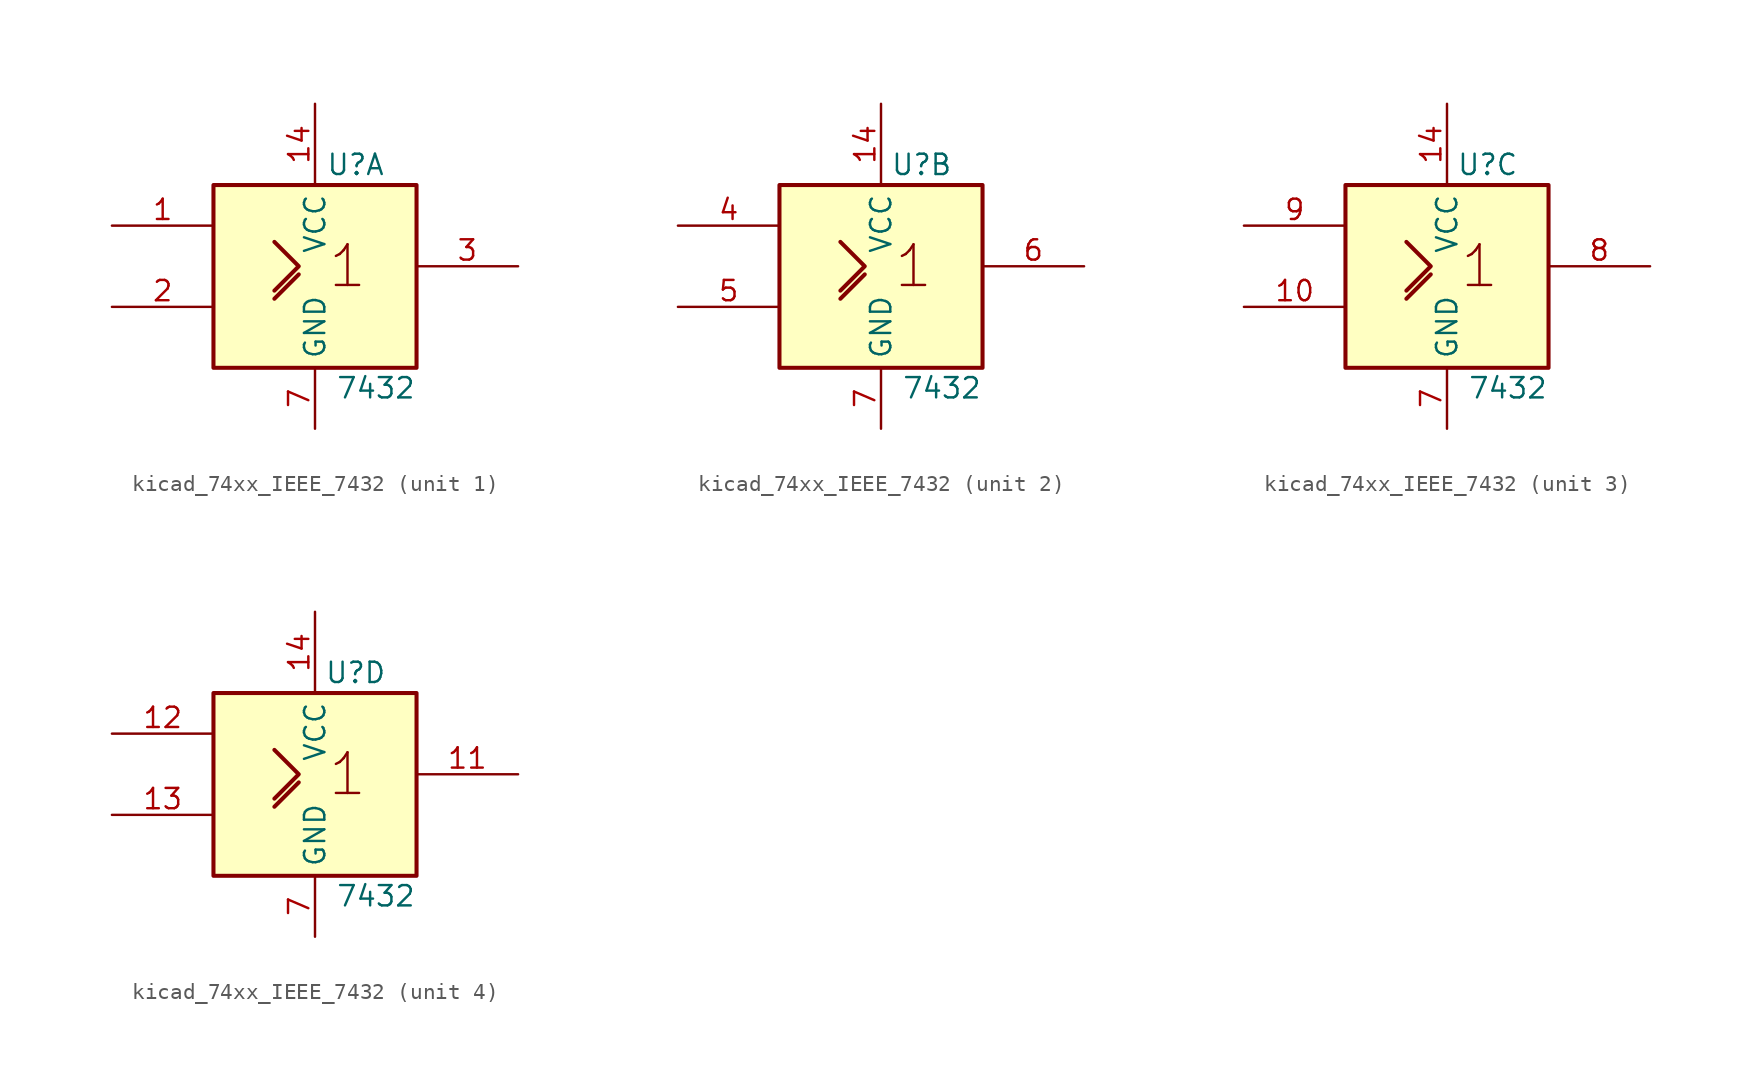
<source format=kicad_sym>
(kicad_symbol_lib
  (version 20220914)
  (generator kicad_symbol_editor)
  (symbol "kicad_74xx_IEEE_7432"
    (property "Reference" "U"
      (at 2.54 6.35 0)
      (effects (font (size 1.27 1.27))))
    (property "Value" "7432"
      (at 3.81 -7.62 0)
      (effects (font (size 1.27 1.27))))
    (symbol "kicad_74xx_IEEE_7432_0_1"
      (rectangle (start -6.35 5.08) (end 6.35 -6.35) (stroke (width 0.254) (type default)) (fill (type background)))
      (polyline (pts (xy -2.54 -2.032) (xy -1.016 -0.508) (xy -1.016 -0.508)) (stroke (width 0.254) (type default)) (fill (type background)))
      (polyline (pts (xy -2.54 1.524) (xy -2.54 1.524) (xy -1.016 0) (xy -2.54 -1.524) (xy -2.54 -1.524)) (stroke (width 0.254) (type default)) (fill (type background)))
      (text "1" (at 2.032 0 0) (effects (font (size 2.54 2.54))))
      (pin power_in line (at 0 10.16 270) (length 5.08) (name "VCC" (effects (font (size 1.27 1.27)))) (number "14" (effects (font (size 1.27 1.27)))))
      (pin power_in line (at 0 -10.16 90) (length 3.81) (name "GND" (effects (font (size 1.27 1.27)))) (number "7" (effects (font (size 1.27 1.27))))))
    (symbol "kicad_74xx_IEEE_7432_1_1"
      (pin input line (at -12.7 2.54 0) (length 6.35) (name "~" (effects (font (size 1.27 1.27)))) (number "1" (effects (font (size 1.27 1.27)))))
      (pin input line (at -12.7 -2.54 0) (length 6.35) (name "~" (effects (font (size 1.27 1.27)))) (number "2" (effects (font (size 1.27 1.27)))))
      (pin output line (at 12.7 0 180) (length 6.35) (name "~" (effects (font (size 1.27 1.27)))) (number "3" (effects (font (size 1.27 1.27))))))
    (symbol "kicad_74xx_IEEE_7432_2_1"
      (pin input line (at -12.7 2.54 0) (length 6.35) (name "~" (effects (font (size 1.27 1.27)))) (number "4" (effects (font (size 1.27 1.27)))))
      (pin input line (at -12.7 -2.54 0) (length 6.35) (name "~" (effects (font (size 1.27 1.27)))) (number "5" (effects (font (size 1.27 1.27)))))
      (pin output line (at 12.7 0 180) (length 6.35) (name "~" (effects (font (size 1.27 1.27)))) (number "6" (effects (font (size 1.27 1.27))))))
    (symbol "kicad_74xx_IEEE_7432_3_1"
      (pin input line (at -12.7 -2.54 0) (length 6.35) (name "~" (effects (font (size 1.27 1.27)))) (number "10" (effects (font (size 1.27 1.27)))))
      (pin output line (at 12.7 0 180) (length 6.35) (name "~" (effects (font (size 1.27 1.27)))) (number "8" (effects (font (size 1.27 1.27)))))
      (pin input line (at -12.7 2.54 0) (length 6.35) (name "~" (effects (font (size 1.27 1.27)))) (number "9" (effects (font (size 1.27 1.27))))))
    (symbol "kicad_74xx_IEEE_7432_4_1"
      (pin output line (at 12.7 0 180) (length 6.35) (name "~" (effects (font (size 1.27 1.27)))) (number "11" (effects (font (size 1.27 1.27)))))
      (pin input line (at -12.7 2.54 0) (length 6.35) (name "~" (effects (font (size 1.27 1.27)))) (number "12" (effects (font (size 1.27 1.27)))))
      (pin input line (at -12.7 -2.54 0) (length 6.35) (name "~" (effects (font (size 1.27 1.27)))) (number "13" (effects (font (size 1.27 1.27))))))))
</source>
